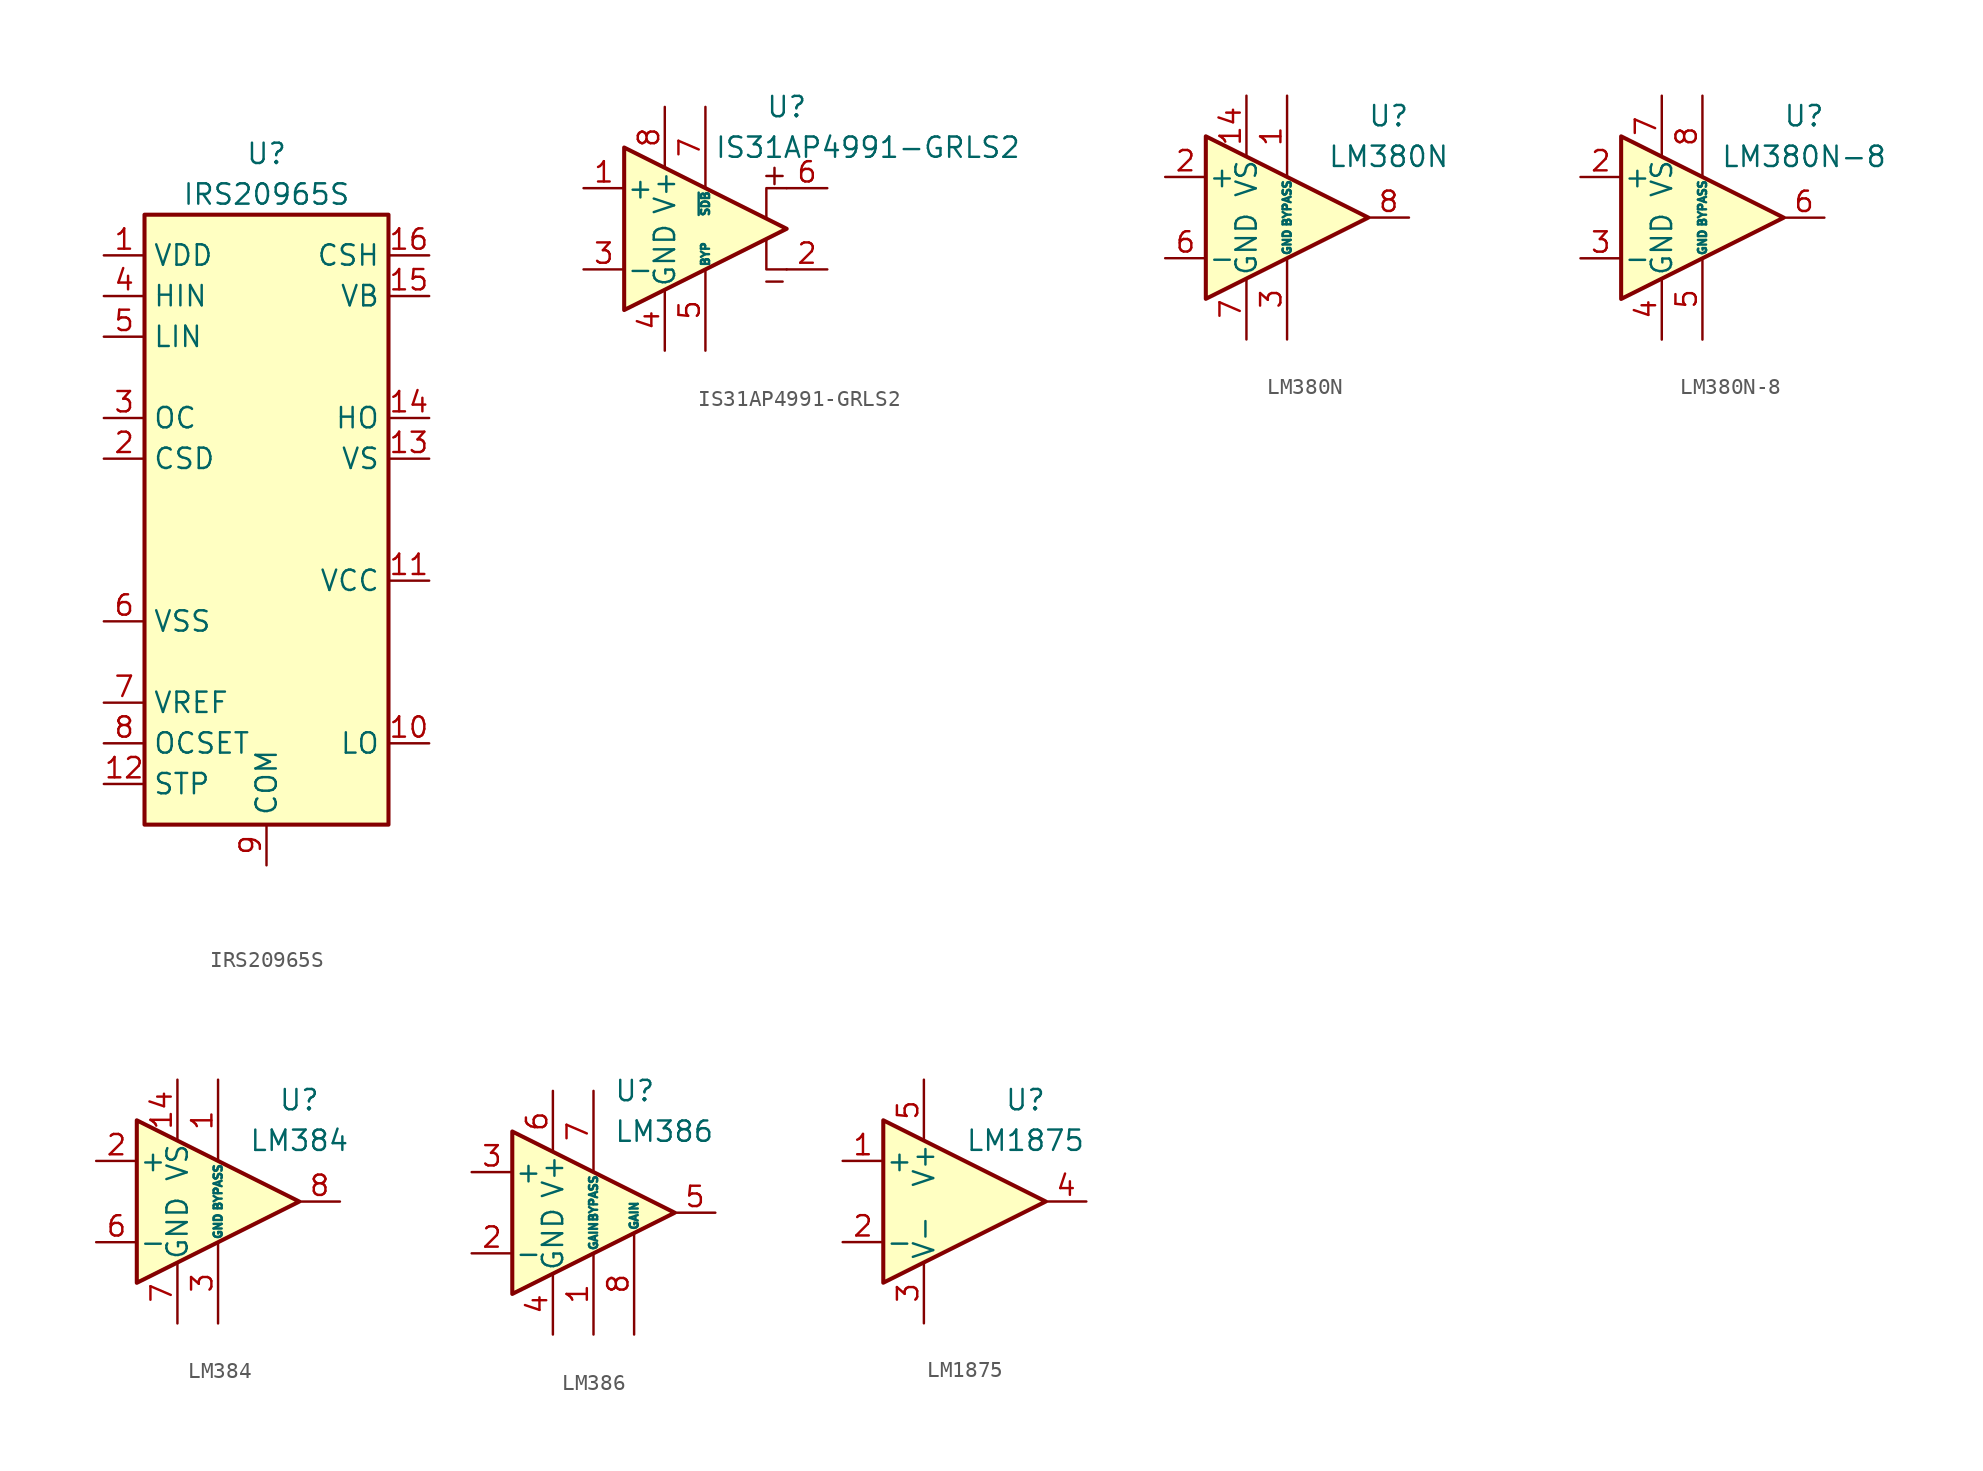
<source format=kicad_sym>
(kicad_symbol_lib
  (version 20241209)
  (generator "kicad_symbol_editor")
  (generator_version "9.0")
  (symbol "IRS20965S"
    (property "Reference" "U"
      (at 0 24.13 0)
      (effects (font (size 1.27 1.27))))
    (property "Value" "IRS20965S"
      (at 0 21.59 0)
      (effects (font (size 1.27 1.27))))
    (symbol "IRS20965S_0_1"
      (rectangle (start -7.62 -17.78) (end 7.62 20.32) (stroke (width 0.254) (type default)) (fill (type background))))
    (symbol "IRS20965S_1_1"
      (pin power_in line (at -10.16 17.78 0) (length 2.54) (name "VDD" (effects (font (size 1.27 1.27)))) (number "1" (effects (font (size 1.27 1.27)))))
      (pin input line (at -10.16 15.24 0) (length 2.54) (name "HIN" (effects (font (size 1.27 1.27)))) (number "4" (effects (font (size 1.27 1.27)))))
      (pin input line (at -10.16 12.7 0) (length 2.54) (name "LIN" (effects (font (size 1.27 1.27)))) (number "5" (effects (font (size 1.27 1.27)))))
      (pin open_collector line (at -10.16 7.62 0) (length 2.54) (name "OC" (effects (font (size 1.27 1.27)))) (number "3" (effects (font (size 1.27 1.27)))))
      (pin passive line (at -10.16 5.08 0) (length 2.54) (name "CSD" (effects (font (size 1.27 1.27)))) (number "2" (effects (font (size 1.27 1.27)))))
      (pin power_in line (at -10.16 -5.08 0) (length 2.54) (name "VSS" (effects (font (size 1.27 1.27)))) (number "6" (effects (font (size 1.27 1.27)))))
      (pin power_out line (at -10.16 -10.16 0) (length 2.54) (name "VREF" (effects (font (size 1.27 1.27)))) (number "7" (effects (font (size 1.27 1.27)))))
      (pin passive line (at -10.16 -12.7 0) (length 2.54) (name "OCSET" (effects (font (size 1.27 1.27)))) (number "8" (effects (font (size 1.27 1.27)))))
      (pin input line (at -10.16 -15.24 0) (length 2.54) (name "STP" (effects (font (size 1.27 1.27)))) (number "12" (effects (font (size 1.27 1.27)))))
      (pin power_in line (at 0 -20.32 90) (length 2.54) (name "COM" (effects (font (size 1.27 1.27)))) (number "9" (effects (font (size 1.27 1.27)))))
      (pin passive line (at 10.16 17.78 180) (length 2.54) (name "CSH" (effects (font (size 1.27 1.27)))) (number "16" (effects (font (size 1.27 1.27)))))
      (pin power_in line (at 10.16 15.24 180) (length 2.54) (name "VB" (effects (font (size 1.27 1.27)))) (number "15" (effects (font (size 1.27 1.27)))))
      (pin output line (at 10.16 7.62 180) (length 2.54) (name "HO" (effects (font (size 1.27 1.27)))) (number "14" (effects (font (size 1.27 1.27)))))
      (pin passive line (at 10.16 5.08 180) (length 2.54) (name "VS" (effects (font (size 1.27 1.27)))) (number "13" (effects (font (size 1.27 1.27)))))
      (pin power_in line (at 10.16 -2.54 180) (length 2.54) (name "VCC" (effects (font (size 1.27 1.27)))) (number "11" (effects (font (size 1.27 1.27)))))
      (pin output line (at 10.16 -12.7 180) (length 2.54) (name "LO" (effects (font (size 1.27 1.27)))) (number "10" (effects (font (size 1.27 1.27)))))))
  (symbol "IS31AP4991-GRLS2"
    (pin_names
      (offset 0.127))
    (property "Reference" "U"
      (at 5.08 7.62 0)
      (effects (font (size 1.27 1.27))))
    (property "Value" "IS31AP4991-GRLS2"
      (at 10.16 5.08 0)
      (effects (font (size 1.27 1.27))))
    (symbol "IS31AP4991-GRLS2_0_1"
      (polyline (pts (xy 3.81 -3.302) (xy 4.826 -3.302)) (stroke (width 0) (type default)) (fill (type none)))
      (polyline (pts (xy 4.318 3.81) (xy 4.318 2.794)) (stroke (width 0) (type default)) (fill (type none)))
      (polyline (pts (xy 4.826 3.302) (xy 3.81 3.302)) (stroke (width 0) (type default)) (fill (type none))))
    (symbol "IS31AP4991-GRLS2_1_1"
      (polyline (pts (xy -5.08 5.08) (xy 5.08 0) (xy -5.08 -5.08) (xy -5.08 5.08)) (stroke (width 0.254) (type default)) (fill (type background)))
      (polyline (pts (xy 3.81 -0.635) (xy 3.81 -2.54) (xy 5.08 -2.54)) (stroke (width 0) (type default)) (fill (type none)))
      (polyline (pts (xy 5.08 2.54) (xy 3.81 2.54) (xy 3.81 0.635)) (stroke (width 0) (type default)) (fill (type none)))
      (pin input line (at -7.62 2.54 0) (length 2.54) (name "+" (effects (font (size 1.27 1.27)))) (number "1" (effects (font (size 1.27 1.27)))))
      (pin input line (at -7.62 -2.54 0) (length 2.54) (name "-" (effects (font (size 1.27 1.27)))) (number "3" (effects (font (size 1.27 1.27)))))
      (pin power_in line (at -2.54 7.62 270) (length 3.81) (name "V+" (effects (font (size 1.27 1.27)))) (number "8" (effects (font (size 1.27 1.27)))))
      (pin power_in line (at -2.54 -7.62 90) (length 3.81) (name "GND" (effects (font (size 1.27 1.27)))) (number "4" (effects (font (size 1.27 1.27)))))
      (pin input line (at 0 7.62 270) (length 5.08) (name "~{SDB}" (effects (font (size 0.508 0.508)))) (number "7" (effects (font (size 1.27 1.27)))))
      (pin passive line (at 0 -7.62 90) (length 5.08) (name "BYP" (effects (font (size 0.508 0.508)))) (number "5" (effects (font (size 1.27 1.27)))))
      (pin output line (at 7.62 2.54 180) (length 2.54) (name "~" (effects (font (size 1.27 1.27)))) (number "6" (effects (font (size 1.27 1.27)))))
      (pin output line (at 7.62 -2.54 180) (length 2.54) (name "~" (effects (font (size 1.27 1.27)))) (number "2" (effects (font (size 1.27 1.27)))))))
  (symbol "LM380N"
    (pin_names
      (offset 0.127))
    (property "Reference" "U"
      (at 6.35 6.35 0)
      (effects (font (size 1.27 1.27))))
    (property "Value" "LM380N"
      (at 6.35 3.81 0)
      (effects (font (size 1.27 1.27))))
    (symbol "LM380N_0_1"
      (polyline (pts (xy -5.08 5.08) (xy 5.08 0) (xy -5.08 -5.08) (xy -5.08 5.08)) (stroke (width 0.254) (type default)) (fill (type background))))
    (symbol "LM380N_1_1"
      (pin input line (at -7.62 2.54 0) (length 2.54) (name "+" (effects (font (size 1.27 1.27)))) (number "2" (effects (font (size 1.27 1.27)))))
      (pin input line (at -7.62 -2.54 0) (length 2.54) (name "-" (effects (font (size 1.27 1.27)))) (number "6" (effects (font (size 1.27 1.27)))))
      (pin power_in line (at -2.54 7.62 270) (length 3.81) (name "VS" (effects (font (size 1.27 1.27)))) (number "14" (effects (font (size 1.27 1.27)))))
      (pin power_in line (at -2.54 -7.62 90) (length 3.81) (name "GND" (effects (font (size 1.27 1.27)))) (number "7" (effects (font (size 1.27 1.27)))))
      (pin passive line (at 0 7.62 270) (length 5.08) (name "BYPASS" (effects (font (size 0.508 0.508)))) (number "1" (effects (font (size 1.27 1.27)))))
      (pin no_connect line (at 0 2.54 270) (length 2.54) (hide yes) (name "NC" (effects (font (size 1.27 1.27)))) (number "9" (effects (font (size 1.27 1.27)))))
      (pin no_connect line (at 0 -2.54 90) (length 2.54) (hide yes) (name "NC" (effects (font (size 1.27 1.27)))) (number "13" (effects (font (size 1.27 1.27)))))
      (pin passive line (at 0 -7.62 90) (length 5.08) (hide yes) (name "GND" (effects (font (size 0.508 0.508)))) (number "10" (effects (font (size 1.27 1.27)))))
      (pin passive line (at 0 -7.62 90) (length 5.08) (hide yes) (name "GND" (effects (font (size 0.508 0.508)))) (number "11" (effects (font (size 1.27 1.27)))))
      (pin passive line (at 0 -7.62 90) (length 5.08) (hide yes) (name "GND" (effects (font (size 0.508 0.508)))) (number "12" (effects (font (size 1.27 1.27)))))
      (pin power_in line (at 0 -7.62 90) (length 5.08) (name "GND" (effects (font (size 0.508 0.508)))) (number "3" (effects (font (size 1.27 1.27)))))
      (pin passive line (at 0 -7.62 90) (length 5.08) (hide yes) (name "GND" (effects (font (size 0.508 0.508)))) (number "4" (effects (font (size 1.27 1.27)))))
      (pin passive line (at 0 -7.62 90) (length 5.08) (hide yes) (name "GND" (effects (font (size 0.508 0.508)))) (number "5" (effects (font (size 1.27 1.27)))))
      (pin output line (at 7.62 0 180) (length 2.54) (name "~" (effects (font (size 1.27 1.27)))) (number "8" (effects (font (size 1.27 1.27)))))))
  (symbol "LM380N-8"
    (pin_names
      (offset 0.127))
    (property "Reference" "U"
      (at 6.35 6.35 0)
      (effects (font (size 1.27 1.27))))
    (property "Value" "LM380N-8"
      (at 6.35 3.81 0)
      (effects (font (size 1.27 1.27))))
    (symbol "LM380N-8_0_1"
      (polyline (pts (xy -5.08 5.08) (xy 5.08 0) (xy -5.08 -5.08) (xy -5.08 5.08)) (stroke (width 0.254) (type default)) (fill (type background))))
    (symbol "LM380N-8_1_1"
      (pin input line (at -7.62 2.54 0) (length 2.54) (name "+" (effects (font (size 1.27 1.27)))) (number "2" (effects (font (size 1.27 1.27)))))
      (pin input line (at -7.62 -2.54 0) (length 2.54) (name "-" (effects (font (size 1.27 1.27)))) (number "3" (effects (font (size 1.27 1.27)))))
      (pin power_in line (at -2.54 7.62 270) (length 3.81) (name "VS" (effects (font (size 1.27 1.27)))) (number "7" (effects (font (size 1.27 1.27)))))
      (pin power_in line (at -2.54 -7.62 90) (length 3.81) (name "GND" (effects (font (size 1.27 1.27)))) (number "4" (effects (font (size 1.27 1.27)))))
      (pin passive line (at 0 7.62 270) (length 5.08) (name "BYPASS" (effects (font (size 0.508 0.508)))) (number "8" (effects (font (size 1.27 1.27)))))
      (pin no_connect line (at 0 2.54 270) (length 2.54) (hide yes) (name "NC" (effects (font (size 1.27 1.27)))) (number "1" (effects (font (size 1.27 1.27)))))
      (pin power_in line (at 0 -7.62 90) (length 5.08) (name "GND" (effects (font (size 0.508 0.508)))) (number "5" (effects (font (size 1.27 1.27)))))
      (pin output line (at 7.62 0 180) (length 2.54) (name "~" (effects (font (size 1.27 1.27)))) (number "6" (effects (font (size 1.27 1.27)))))))
  (symbol "LM384"
    (pin_names
      (offset 0.127))
    (property "Reference" "U"
      (at 5.08 6.35 0)
      (effects (font (size 1.27 1.27))))
    (property "Value" "LM384"
      (at 5.08 3.81 0)
      (effects (font (size 1.27 1.27))))
    (symbol "LM384_0_1"
      (polyline (pts (xy -5.08 5.08) (xy 5.08 0) (xy -5.08 -5.08) (xy -5.08 5.08)) (stroke (width 0.254) (type default)) (fill (type background))))
    (symbol "LM384_1_1"
      (pin input line (at -7.62 2.54 0) (length 2.54) (name "+" (effects (font (size 1.27 1.27)))) (number "2" (effects (font (size 1.27 1.27)))))
      (pin input line (at -7.62 -2.54 0) (length 2.54) (name "-" (effects (font (size 1.27 1.27)))) (number "6" (effects (font (size 1.27 1.27)))))
      (pin power_in line (at -2.54 7.62 270) (length 3.81) (name "VS" (effects (font (size 1.27 1.27)))) (number "14" (effects (font (size 1.27 1.27)))))
      (pin no_connect line (at -2.54 2.54 270) (length 2.54) (hide yes) (name "NC" (effects (font (size 1.27 1.27)))) (number "9" (effects (font (size 1.27 1.27)))))
      (pin power_in line (at -2.54 -7.62 90) (length 3.81) (name "GND" (effects (font (size 1.27 1.27)))) (number "7" (effects (font (size 1.27 1.27)))))
      (pin passive line (at 0 7.62 270) (length 5.08) (name "BYPASS" (effects (font (size 0.508 0.508)))) (number "1" (effects (font (size 1.27 1.27)))))
      (pin no_connect line (at 0 2.54 270) (length 2.54) (hide yes) (name "NC" (effects (font (size 1.27 1.27)))) (number "13" (effects (font (size 1.27 1.27)))))
      (pin passive line (at 0 -7.62 90) (length 5.08) (hide yes) (name "GND" (effects (font (size 0.508 0.508)))) (number "10" (effects (font (size 1.27 1.27)))))
      (pin passive line (at 0 -7.62 90) (length 5.08) (hide yes) (name "GND" (effects (font (size 0.508 0.508)))) (number "11" (effects (font (size 1.27 1.27)))))
      (pin passive line (at 0 -7.62 90) (length 5.08) (hide yes) (name "GND" (effects (font (size 0.508 0.508)))) (number "12" (effects (font (size 1.27 1.27)))))
      (pin power_in line (at 0 -7.62 90) (length 5.08) (name "GND" (effects (font (size 0.508 0.508)))) (number "3" (effects (font (size 1.27 1.27)))))
      (pin passive line (at 0 -7.62 90) (length 5.08) (hide yes) (name "GND" (effects (font (size 0.508 0.508)))) (number "4" (effects (font (size 1.27 1.27)))))
      (pin passive line (at 0 -7.62 90) (length 5.08) (hide yes) (name "GND" (effects (font (size 0.508 0.508)))) (number "5" (effects (font (size 1.27 1.27)))))
      (pin output line (at 7.62 0 180) (length 2.54) (name "~" (effects (font (size 1.27 1.27)))) (number "8" (effects (font (size 1.27 1.27)))))))
  (symbol "LM386"
    (pin_names
      (offset 0.127))
    (property "Reference" "U"
      (at 1.27 7.62 0)
      (effects (font (size 1.27 1.27)) (justify left)))
    (property "Value" "LM386"
      (at 1.27 5.08 0)
      (effects (font (size 1.27 1.27)) (justify left)))
    (symbol "LM386_0_1"
      (polyline (pts (xy 5.08 0) (xy -5.08 5.08) (xy -5.08 -5.08) (xy 5.08 0)) (stroke (width 0.254) (type default)) (fill (type background))))
    (symbol "LM386_1_1"
      (pin input line (at -7.62 2.54 0) (length 2.54) (name "+" (effects (font (size 1.27 1.27)))) (number "3" (effects (font (size 1.27 1.27)))))
      (pin input line (at -7.62 -2.54 0) (length 2.54) (name "-" (effects (font (size 1.27 1.27)))) (number "2" (effects (font (size 1.27 1.27)))))
      (pin power_in line (at -2.54 7.62 270) (length 3.81) (name "V+" (effects (font (size 1.27 1.27)))) (number "6" (effects (font (size 1.27 1.27)))))
      (pin power_in line (at -2.54 -7.62 90) (length 3.81) (name "GND" (effects (font (size 1.27 1.27)))) (number "4" (effects (font (size 1.27 1.27)))))
      (pin input line (at 0 7.62 270) (length 5.08) (name "BYPASS" (effects (font (size 0.508 0.508)))) (number "7" (effects (font (size 1.27 1.27)))))
      (pin input line (at 0 -7.62 90) (length 5.08) (name "GAIN" (effects (font (size 0.508 0.508)))) (number "1" (effects (font (size 1.27 1.27)))))
      (pin input line (at 2.54 -7.62 90) (length 6.35) (name "GAIN" (effects (font (size 0.508 0.508)))) (number "8" (effects (font (size 1.27 1.27)))))
      (pin output line (at 7.62 0 180) (length 2.54) (name "~" (effects (font (size 1.27 1.27)))) (number "5" (effects (font (size 1.27 1.27)))))))
  (symbol "LM1875"
    (pin_names
      (offset 0.127))
    (property "Reference" "U"
      (at 3.81 6.35 0)
      (effects (font (size 1.27 1.27))))
    (property "Value" "LM1875"
      (at 3.81 3.81 0)
      (effects (font (size 1.27 1.27))))
    (symbol "LM1875_0_1"
      (polyline (pts (xy -5.08 5.08) (xy 5.08 0) (xy -5.08 -5.08) (xy -5.08 5.08)) (stroke (width 0.254) (type default)) (fill (type background))))
    (symbol "LM1875_1_1"
      (pin input line (at -7.62 2.54 0) (length 2.54) (name "+" (effects (font (size 1.27 1.27)))) (number "1" (effects (font (size 1.27 1.27)))))
      (pin input line (at -7.62 -2.54 0) (length 2.54) (name "-" (effects (font (size 1.27 1.27)))) (number "2" (effects (font (size 1.27 1.27)))))
      (pin power_in line (at -2.54 7.62 270) (length 3.81) (name "V+" (effects (font (size 1.27 1.27)))) (number "5" (effects (font (size 1.27 1.27)))))
      (pin power_in line (at -2.54 -7.62 90) (length 3.81) (name "V-" (effects (font (size 1.27 1.27)))) (number "3" (effects (font (size 1.27 1.27)))))
      (pin output line (at 7.62 0 180) (length 2.54) (name "~" (effects (font (size 1.27 1.27)))) (number "4" (effects (font (size 1.27 1.27))))))))
</source>
